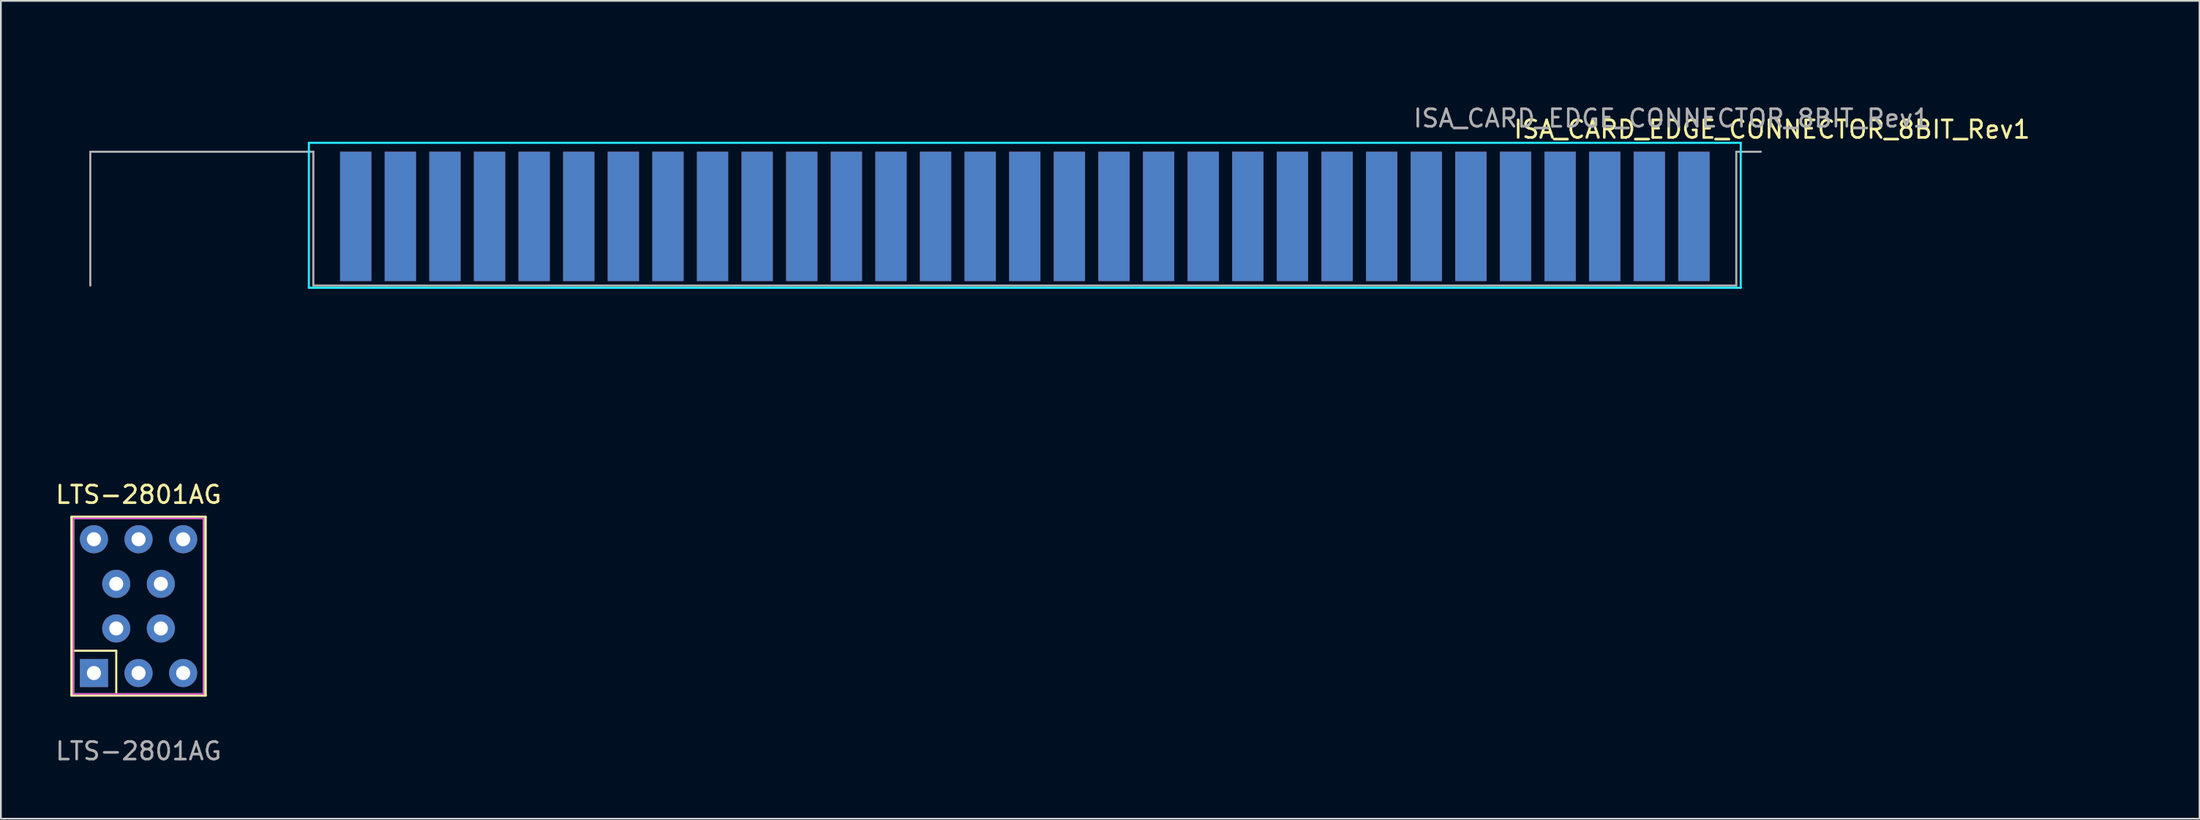
<source format=kicad_pcb>
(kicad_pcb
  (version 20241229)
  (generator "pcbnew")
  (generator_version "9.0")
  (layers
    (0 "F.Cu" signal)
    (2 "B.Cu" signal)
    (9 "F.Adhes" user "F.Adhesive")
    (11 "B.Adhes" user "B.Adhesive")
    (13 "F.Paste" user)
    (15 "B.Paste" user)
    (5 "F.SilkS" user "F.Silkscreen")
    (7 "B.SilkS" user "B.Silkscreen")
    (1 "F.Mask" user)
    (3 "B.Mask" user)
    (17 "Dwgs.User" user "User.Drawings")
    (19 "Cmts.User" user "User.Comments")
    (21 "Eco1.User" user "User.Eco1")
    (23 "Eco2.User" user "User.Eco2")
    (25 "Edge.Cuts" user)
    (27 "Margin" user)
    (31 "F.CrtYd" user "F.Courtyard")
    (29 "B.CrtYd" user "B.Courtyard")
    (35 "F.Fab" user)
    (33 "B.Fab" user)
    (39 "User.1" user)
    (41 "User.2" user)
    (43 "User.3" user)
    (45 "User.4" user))
  (footprint "LTS-2801AG"
    (layer "F.Cu")
    (at 2.299 35.281)
    (property "Reference" "LTS-2801AG" (at 2.54 -10.16 0) (layer "F.SilkS") (effects (font (size 1 1) (thickness 0.15))))
    (attr through_hole)
    (fp_line (start -1.27 -8.89) (end -1.27 1.27) (stroke (width 0.15) (type solid)) (layer "F.SilkS"))
    (fp_line (start -1.27 -1.27) (end 1.27 -1.27) (stroke (width 0.12) (type solid)) (layer "F.SilkS"))
    (fp_line (start -1.27 1.27) (end 6.35 1.27) (stroke (width 0.15) (type solid)) (layer "F.SilkS"))
    (fp_line (start 1.27 -1.27) (end 1.27 1.27) (stroke (width 0.12) (type solid)) (layer "F.SilkS"))
    (fp_line (start 6.35 -8.89) (end -1.27 -8.89) (stroke (width 0.15) (type solid)) (layer "F.SilkS"))
    (fp_line (start 6.35 1.27) (end 6.35 -8.89) (stroke (width 0.15) (type solid)) (layer "F.SilkS"))
    (fp_line (start 0 -0.635) (end 1.27 -6.985) (stroke (width 0.12) (type solid)) (layer "Eco2.User"))
    (fp_line (start 0.635 -3.81) (end 4.445 -3.81) (stroke (width 0.12) (type solid)) (layer "Eco2.User"))
    (fp_line (start 1.27 -6.985) (end 5.08 -6.985) (stroke (width 0.12) (type solid)) (layer "Eco2.User"))
    (fp_line (start 3.81 -0.635) (end 0 -0.635) (stroke (width 0.12) (type solid)) (layer "Eco2.User"))
    (fp_line (start 5.08 -6.985) (end 3.81 -0.635) (stroke (width 0.12) (type solid)) (layer "Eco2.User"))
    (fp_circle (center 5.08 -1.27) (end 5.588 -1.27) (stroke (width 0.12) (type solid)) (fill no) (layer "Eco2.User"))
    (fp_line (start -1.16 -8.81) (end 6.24 -8.81) (stroke (width 0.05) (type solid)) (layer "F.CrtYd"))
    (fp_line (start -1.16 1.19) (end -1.16 -8.81) (stroke (width 0.05) (type solid)) (layer "F.CrtYd"))
    (fp_line (start 6.24 -8.81) (end 6.24 1.19) (stroke (width 0.05) (type solid)) (layer "F.CrtYd"))
    (fp_line (start 6.24 1.19) (end -1.16 1.19) (stroke (width 0.05) (type solid)) (layer "F.CrtYd"))
    (fp_line (start -1.16 -8.81) (end 6.24 -8.81) (stroke (width 0.1) (type solid)) (layer "F.Fab"))
    (fp_line (start -1.16 1.19) (end -1.16 -8.81) (stroke (width 0.1) (type solid)) (layer "F.Fab"))
    (fp_line (start 6.24 -8.81) (end 6.24 1.19) (stroke (width 0.1) (type solid)) (layer "F.Fab"))
    (fp_line (start 6.24 1.19) (end -1.16 1.19) (stroke (width 0.1) (type solid)) (layer "F.Fab"))
    (fp_text user "${REFERENCE}" (at 2.54 4.445 180) (layer "F.Fab") (effects (font (size 1 1) (thickness 0.15))))
    (pad "1" thru_hole rect (at 0 0) (size 1.6 1.6) (drill 0.8) (layers "*.Cu" "*.Mask"))
    (pad "2" thru_hole circle (at 1.27 -2.54) (size 1.6 1.6) (drill 0.8) (layers "*.Cu" "*.Mask"))
    (pad "3" thru_hole circle (at 2.54 0) (size 1.6 1.6) (drill 0.8) (layers "*.Cu" "*.Mask"))
    (pad "4" thru_hole circle (at 3.81 -2.54) (size 1.6 1.6) (drill 0.8) (layers "*.Cu" "*.Mask"))
    (pad "5" thru_hole circle (at 5.08 0) (size 1.6 1.6) (drill 0.8) (layers "*.Cu" "*.Mask"))
    (pad "6" thru_hole circle (at 5.08 -7.62) (size 1.6 1.6) (drill 0.8) (layers "*.Cu" "*.Mask"))
    (pad "7" thru_hole circle (at 3.81 -5.08) (size 1.6 1.6) (drill 0.8) (layers "*.Cu" "*.Mask"))
    (pad "8" thru_hole circle (at 2.54 -7.62) (size 1.6 1.6) (drill 0.8) (layers "*.Cu" "*.Mask"))
    (pad "9" thru_hole circle (at 1.27 -5.08) (size 1.6 1.6) (drill 0.8) (layers "*.Cu" "*.Mask"))
    (pad "10" thru_hole circle (at 0 -7.62) (size 1.6 1.6) (drill 0.8) (layers "*.Cu" "*.Mask")))
  (footprint "ISA_CARD_EDGE_CONNECTOR_8BIT_Rev1"
    (layer "F.Cu")
    (at 93.405 13.212)
    (property "Reference" "ISA_CARD_EDGE_CONNECTOR_8BIT_Rev1" (at 4.445 -8.89 0) (layer "F.SilkS") (effects (font (size 1 1) (thickness 0.15))))
    (attr exclude_from_pos_files exclude_from_bom)
    (fp_line (start -78.613 0) (end -78.613 -7.62) (stroke (width 0.12) (type solid)) (layer "F.Mask"))
    (fp_poly (pts (xy -78.613 -7.62) (xy 2.413 -7.62) (xy 2.413 0) (xy -78.613 0)) (stroke (width 0.01) (type solid)) (fill yes) (layer "F.Mask"))
    (fp_poly (pts (xy -78.613 -7.62) (xy 2.413 -7.62) (xy 2.413 0) (xy -78.613 0)) (stroke (width 0.01) (type solid)) (fill yes) (layer "B.Mask"))
    (fp_line (start -91.313 -7.62) (end -91.313 -5.588) (stroke (width 0.12) (type solid)) (layer "Eco1.User"))
    (fp_line (start -91.313 -7.62) (end -89.281 -7.62) (stroke (width 0.12) (type solid)) (layer "Eco1.User"))
    (fp_line (start -91.313 0) (end -93.345 0) (stroke (width 0.12) (type solid)) (layer "Eco1.User"))
    (fp_line (start -91.313 0) (end -91.313 -2.032) (stroke (width 0.12) (type solid)) (layer "Eco1.User"))
    (fp_line (start -82.804 0) (end -80.772 0) (stroke (width 0.12) (type solid)) (layer "Eco1.User"))
    (fp_line (start -82.804 8.001) (end -80.772 8.001) (stroke (width 0.12) (type solid)) (layer "Eco1.User"))
    (fp_line (start -80.772 -5.715) (end -80.772 -7.62) (stroke (width 0.12) (type solid)) (layer "Eco1.User"))
    (fp_line (start -80.772 0) (end -80.772 -1.905) (stroke (width 0.12) (type solid)) (layer "Eco1.User"))
    (fp_line (start -80.772 8.001) (end -80.772 6.096) (stroke (width 0.12) (type solid)) (layer "Eco1.User"))
    (fp_line (start -78.613 -7.62) (end -80.772 -7.62) (stroke (width 0.12) (type solid)) (layer "Eco1.User"))
    (fp_line (start -78.613 -7.62) (end -78.613 -5.588) (stroke (width 0.12) (type solid)) (layer "Eco1.User"))
    (fp_line (start -78.613 0) (end -78.613 -2.032) (stroke (width 0.12) (type solid)) (layer "Eco1.User"))
    (fp_line (start -78.613 0) (end -76.581 0) (stroke (width 0.12) (type solid)) (layer "Eco1.User"))
    (fp_line (start 2.413 -7.62) (end 2.413 -5.588) (stroke (width 0.12) (type solid)) (layer "Eco1.User"))
    (fp_line (start 2.413 -7.62) (end 4.572 -7.62) (stroke (width 0.12) (type solid)) (layer "Eco1.User"))
    (fp_line (start 2.413 0) (end 0.381 0) (stroke (width 0.12) (type solid)) (layer "Eco1.User"))
    (fp_line (start 2.413 0) (end 2.413 -2.032) (stroke (width 0.12) (type solid)) (layer "Eco1.User"))
    (fp_line (start 4.572 -5.715) (end 4.572 -7.62) (stroke (width 0.12) (type solid)) (layer "Eco1.User"))
    (fp_line (start 4.572 0) (end 4.572 -1.905) (stroke (width 0.12) (type solid)) (layer "Eco1.User"))
    (fp_line (start 4.572 8.001) (end 4.572 6.096) (stroke (width 0.12) (type solid)) (layer "Eco1.User"))
    (fp_line (start 6.604 0) (end 4.572 0) (stroke (width 0.12) (type solid)) (layer "Eco1.User"))
    (fp_line (start 6.604 8.001) (end 4.572 8.001) (stroke (width 0.12) (type solid)) (layer "Eco1.User"))
    (fp_line (start 20.396 -13.152) (end 20.396 -11.882) (stroke (width 0.12) (type solid)) (layer "Eco1.User"))
    (fp_line (start 20.396 -11.882) (end 19.126 -11.882) (stroke (width 0.12) (type solid)) (layer "Eco1.User"))
    (fp_line (start 20.396 -11.882) (end 20.396 -10.612) (stroke (width 0.12) (type solid)) (layer "Eco1.User"))
    (fp_line (start 20.396 -11.882) (end 21.666 -11.882) (stroke (width 0.12) (type solid)) (layer "Eco1.User"))
    (fp_line (start 25.73 -7.62) (end 23.698 -7.62) (stroke (width 0.12) (type solid)) (layer "Eco1.User"))
    (fp_line (start 25.73 -7.62) (end 25.73 -9.652) (stroke (width 0.12) (type solid)) (layer "Eco1.User"))
    (fp_line (start 25.73 0) (end 23.698 0) (stroke (width 0.12) (type solid)) (layer "Eco1.User"))
    (fp_line (start 25.73 0) (end 25.73 -2.032) (stroke (width 0.12) (type solid)) (layer "Eco1.User"))
    (fp_line (start 25.73 8.001) (end 23.698 8.001) (stroke (width 0.12) (type solid)) (layer "Eco1.User"))
    (fp_line (start 25.73 8.001) (end 25.73 5.969) (stroke (width 0.12) (type solid)) (layer "Eco1.User"))
    (fp_line (start -78.613 0.635) (end -78.613 1.651) (stroke (width 0.12) (type solid)) (layer "Eco2.User"))
    (fp_line (start -78.486 1.143) (end -78.105 0.889) (stroke (width 0.12) (type solid)) (layer "Eco2.User"))
    (fp_line (start -78.486 1.143) (end -78.105 1.397) (stroke (width 0.12) (type solid)) (layer "Eco2.User"))
    (fp_line (start -78.486 1.143) (end -77.216 1.143) (stroke (width 0.12) (type solid)) (layer "Eco2.User"))
    (fp_line (start -78.105 1.397) (end -78.486 1.143) (stroke (width 0.12) (type solid)) (layer "Eco2.User"))
    (fp_line (start 0 0.635) (end 0 1.651) (stroke (width 0.12) (type solid)) (layer "Eco2.User"))
    (fp_line (start 1.905 0.889) (end 2.286 1.143) (stroke (width 0.12) (type solid)) (layer "Eco2.User"))
    (fp_line (start 2.286 1.143) (end 1.016 1.143) (stroke (width 0.12) (type solid)) (layer "Eco2.User"))
    (fp_line (start 2.286 1.143) (end 1.905 0.889) (stroke (width 0.12) (type solid)) (layer "Eco2.User"))
    (fp_line (start 2.286 1.143) (end 1.905 1.397) (stroke (width 0.12) (type solid)) (layer "Eco2.User"))
    (fp_line (start 2.413 0.635) (end 2.413 1.651) (stroke (width 0.12) (type solid)) (layer "Eco2.User"))
    (fp_line (start -78.867 -8.128) (end -78.867 0.127) (stroke (width 0.12) (type solid)) (layer "B.CrtYd"))
    (fp_line (start -78.867 0.127) (end 2.667 0.127) (stroke (width 0.12) (type solid)) (layer "B.CrtYd"))
    (fp_line (start 2.667 -8.128) (end -78.867 -8.128) (stroke (width 0.12) (type solid)) (layer "B.CrtYd"))
    (fp_line (start 2.667 0.127) (end 2.667 -8.128) (stroke (width 0.12) (type solid)) (layer "B.CrtYd"))
    (fp_line (start -78.867 -8.128) (end -78.867 0.127) (stroke (width 0.05) (type solid)) (layer "F.CrtYd"))
    (fp_line (start -78.867 -8.128) (end 2.667 -8.128) (stroke (width 0.05) (type solid)) (layer "F.CrtYd"))
    (fp_line (start 2.667 0.127) (end -78.867 0.127) (stroke (width 0.05) (type solid)) (layer "F.CrtYd"))
    (fp_line (start 2.667 0.127) (end 2.667 -8.128) (stroke (width 0.05) (type solid)) (layer "F.CrtYd"))
    (fp_line (start -91.313 -7.62) (end -91.313 0) (stroke (width 0.12) (type solid)) (layer "F.Fab"))
    (fp_line (start -78.613 -7.62) (end -91.313 -7.62) (stroke (width 0.12) (type solid)) (layer "F.Fab"))
    (fp_line (start -78.613 0) (end -78.613 -7.62) (stroke (width 0.12) (type solid)) (layer "F.Fab"))
    (fp_line (start 2.413 -7.62) (end 2.413 0) (stroke (width 0.12) (type solid)) (layer "F.Fab"))
    (fp_line (start 2.413 0) (end -78.613 0) (stroke (width 0.12) (type solid)) (layer "F.Fab"))
    (fp_line (start 3.81 -7.62) (end 2.413 -7.62) (stroke (width 0.12) (type solid)) (layer "F.Fab"))
    (fp_text user "0" (at 0 2.921 0) (layer "Eco2.User") (effects (font (size 1 1) (thickness 0.15))))
    (fp_text user "2.413" (at 1.905 2.921 0) (layer "Eco2.User") (effects (font (size 1 1) (thickness 0.15)) (justify left)))
    (fp_text user "(Grid: 5mils)" (at -3.429 4.826 0) (layer "Eco2.User") (effects (font (size 1 1) (thickness 0.15)) (justify left)))
    (fp_text user "78.613" (at -79.121 2.921 0) (layer "Eco2.User") (effects (font (size 1 1) (thickness 0.15)) (justify left)))
    (fp_text user "${REFERENCE}" (at -1.27 -9.525 0) (layer "F.Fab") (effects (font (size 1 1) (thickness 0.15))))
    (pad "A01" connect rect (at 0 -3.81) (size 1.78 7.366) (drill (offset 0 -0.127)) (layers "F.Cu" "F.Mask"))
    (pad "A02" connect rect (at -2.54 -3.81) (size 1.78 7.366) (drill (offset 0 -0.127)) (layers "F.Cu" "F.Mask"))
    (pad "A03" connect rect (at -5.08 -3.81) (size 1.78 7.366) (drill (offset 0 -0.127)) (layers "F.Cu" "F.Mask"))
    (pad "A04" connect rect (at -7.62 -3.81) (size 1.78 7.366) (drill (offset 0 -0.127)) (layers "F.Cu" "F.Mask"))
    (pad "A05" connect rect (at -10.16 -3.81) (size 1.78 7.366) (drill (offset 0 -0.127)) (layers "F.Cu" "F.Mask"))
    (pad "A06" connect rect (at -12.7 -3.81) (size 1.78 7.366) (drill (offset 0 -0.127)) (layers "F.Cu" "F.Mask"))
    (pad "A07" connect rect (at -15.24 -3.81) (size 1.78 7.366) (drill (offset 0 -0.127)) (layers "F.Cu" "F.Mask"))
    (pad "A08" connect rect (at -17.78 -3.81) (size 1.78 7.366) (drill (offset 0 -0.127)) (layers "F.Cu" "F.Mask"))
    (pad "A09" connect rect (at -20.32 -3.81) (size 1.78 7.366) (drill (offset 0 -0.127)) (layers "F.Cu" "F.Mask"))
    (pad "A10" connect rect (at -22.86 -3.81) (size 1.78 7.366) (drill (offset 0 -0.127)) (layers "F.Cu" "F.Mask"))
    (pad "A11" connect rect (at -25.4 -3.81) (size 1.78 7.366) (drill (offset 0 -0.127)) (layers "F.Cu" "F.Mask"))
    (pad "A12" connect rect (at -27.94 -3.81) (size 1.78 7.366) (drill (offset 0 -0.127)) (layers "F.Cu" "F.Mask"))
    (pad "A13" connect rect (at -30.48 -3.81) (size 1.78 7.366) (drill (offset 0 -0.127)) (layers "F.Cu" "F.Mask"))
    (pad "A14" connect rect (at -33.02 -3.81) (size 1.78 7.366) (drill (offset 0 -0.127)) (layers "F.Cu" "F.Mask"))
    (pad "A15" connect rect (at -35.56 -3.81) (size 1.78 7.366) (drill (offset 0 -0.127)) (layers "F.Cu" "F.Mask"))
    (pad "A16" connect rect (at -38.1 -3.81) (size 1.78 7.366) (drill (offset 0 -0.127)) (layers "F.Cu" "F.Mask"))
    (pad "A17" connect rect (at -40.64 -3.81) (size 1.78 7.366) (drill (offset 0 -0.127)) (layers "F.Cu" "F.Mask"))
    (pad "A18" connect rect (at -43.18 -3.81) (size 1.78 7.366) (drill (offset 0 -0.127)) (layers "F.Cu" "F.Mask"))
    (pad "A19" connect rect (at -45.72 -3.81) (size 1.78 7.366) (drill (offset 0 -0.127)) (layers "F.Cu" "F.Mask"))
    (pad "A20" connect rect (at -48.26 -3.81) (size 1.78 7.366) (drill (offset 0 -0.127)) (layers "F.Cu" "F.Mask"))
    (pad "A21" connect rect (at -50.8 -3.81) (size 1.78 7.366) (drill (offset 0 -0.127)) (layers "F.Cu" "F.Mask"))
    (pad "A22" connect rect (at -53.34 -3.81) (size 1.78 7.366) (drill (offset 0 -0.127)) (layers "F.Cu" "F.Mask"))
    (pad "A23" connect rect (at -55.88 -3.81) (size 1.78 7.366) (drill (offset 0 -0.127)) (layers "F.Cu" "F.Mask"))
    (pad "A24" connect rect (at -58.42 -3.81) (size 1.78 7.366) (drill (offset 0 -0.127)) (layers "F.Cu" "F.Mask"))
    (pad "A25" connect rect (at -60.96 -3.81) (size 1.78 7.366) (drill (offset 0 -0.127)) (layers "F.Cu" "F.Mask"))
    (pad "A26" connect rect (at -63.5 -3.81) (size 1.78 7.366) (drill (offset 0 -0.127)) (layers "F.Cu" "F.Mask"))
    (pad "A27" connect rect (at -66.04 -3.81) (size 1.78 7.366) (drill (offset 0 -0.127)) (layers "F.Cu" "F.Mask"))
    (pad "A28" connect rect (at -68.58 -3.81) (size 1.78 7.366) (drill (offset 0 -0.127)) (layers "F.Cu" "F.Mask"))
    (pad "A29" connect rect (at -71.12 -3.81) (size 1.78 7.366) (drill (offset 0 -0.127)) (layers "F.Cu" "F.Mask"))
    (pad "A30" connect rect (at -73.66 -3.81) (size 1.78 7.366) (drill (offset 0 -0.127)) (layers "F.Cu" "F.Mask"))
    (pad "A31" connect rect (at -76.2 -3.81) (size 1.78 7.366) (drill (offset 0 -0.127)) (layers "F.Cu" "F.Mask"))
    (pad "B01" connect rect (at 0 -3.81) (size 1.78 7.366) (drill (offset 0 -0.127)) (layers "B.Cu" "B.Mask"))
    (pad "B02" connect rect (at -2.54 -3.81) (size 1.78 7.366) (drill (offset 0 -0.127)) (layers "B.Cu" "B.Mask"))
    (pad "B03" connect rect (at -5.08 -3.81) (size 1.78 7.366) (drill (offset 0 -0.127)) (layers "B.Cu" "B.Mask"))
    (pad "B04" connect rect (at -7.62 -3.81) (size 1.78 7.366) (drill (offset 0 -0.127)) (layers "B.Cu" "B.Mask"))
    (pad "B05" connect rect (at -10.16 -3.81) (size 1.78 7.366) (drill (offset 0 -0.127)) (layers "B.Cu" "B.Mask"))
    (pad "B06" connect rect (at -12.7 -3.81) (size 1.78 7.366) (drill (offset 0 -0.127)) (layers "B.Cu" "B.Mask"))
    (pad "B07" connect rect (at -15.24 -3.81) (size 1.78 7.366) (drill (offset 0 -0.127)) (layers "B.Cu" "B.Mask"))
    (pad "B08" connect rect (at -17.78 -3.81) (size 1.78 7.366) (drill (offset 0 -0.127)) (layers "B.Cu" "B.Mask"))
    (pad "B09" connect rect (at -20.32 -3.81) (size 1.78 7.366) (drill (offset 0 -0.127)) (layers "B.Cu" "B.Mask"))
    (pad "B10" connect rect (at -22.86 -3.81) (size 1.78 7.366) (drill (offset 0 -0.127)) (layers "B.Cu" "B.Mask"))
    (pad "B11" connect rect (at -25.4 -3.81) (size 1.78 7.366) (drill (offset 0 -0.127)) (layers "B.Cu" "B.Mask"))
    (pad "B12" connect rect (at -27.94 -3.81) (size 1.78 7.366) (drill (offset 0 -0.127)) (layers "B.Cu" "B.Mask"))
    (pad "B13" connect rect (at -30.48 -3.81) (size 1.78 7.366) (drill (offset 0 -0.127)) (layers "B.Cu" "B.Mask"))
    (pad "B14" connect rect (at -33.02 -3.81) (size 1.78 7.366) (drill (offset 0 -0.127)) (layers "B.Cu" "B.Mask"))
    (pad "B15" connect rect (at -35.56 -3.81) (size 1.78 7.366) (drill (offset 0 -0.127)) (layers "B.Cu" "B.Mask"))
    (pad "B16" connect rect (at -38.1 -3.81) (size 1.78 7.366) (drill (offset 0 -0.127)) (layers "B.Cu" "B.Mask"))
    (pad "B17" connect rect (at -40.64 -3.81) (size 1.78 7.366) (drill (offset 0 -0.127)) (layers "B.Cu" "B.Mask"))
    (pad "B18" connect rect (at -43.18 -3.81) (size 1.78 7.366) (drill (offset 0 -0.127)) (layers "B.Cu" "B.Mask"))
    (pad "B19" connect rect (at -45.72 -3.81) (size 1.78 7.366) (drill (offset 0 -0.127)) (layers "B.Cu" "B.Mask"))
    (pad "B20" connect rect (at -48.26 -3.81) (size 1.78 7.366) (drill (offset 0 -0.127)) (layers "B.Cu" "B.Mask"))
    (pad "B21" connect rect (at -50.8 -3.81) (size 1.78 7.366) (drill (offset 0 -0.127)) (layers "B.Cu" "B.Mask"))
    (pad "B22" connect rect (at -53.34 -3.81) (size 1.78 7.366) (drill (offset 0 -0.127)) (layers "B.Cu" "B.Mask"))
    (pad "B23" connect rect (at -55.88 -3.81) (size 1.78 7.366) (drill (offset 0 -0.127)) (layers "B.Cu" "B.Mask"))
    (pad "B24" connect rect (at -58.42 -3.81) (size 1.78 7.366) (drill (offset 0 -0.127)) (layers "B.Cu" "B.Mask"))
    (pad "B25" connect rect (at -60.96 -3.81) (size 1.78 7.366) (drill (offset 0 -0.127)) (layers "B.Cu" "B.Mask"))
    (pad "B26" connect rect (at -63.5 -3.81) (size 1.78 7.366) (drill (offset 0 -0.127)) (layers "B.Cu" "B.Mask"))
    (pad "B27" connect rect (at -66.04 -3.81) (size 1.78 7.366) (drill (offset 0 -0.127)) (layers "B.Cu" "B.Mask"))
    (pad "B28" connect rect (at -68.58 -3.81) (size 1.78 7.366) (drill (offset 0 -0.127)) (layers "B.Cu" "B.Mask"))
    (pad "B29" connect rect (at -71.12 -3.81) (size 1.78 7.366) (drill (offset 0 -0.127)) (layers "B.Cu" "B.Mask"))
    (pad "B30" connect rect (at -73.66 -3.81) (size 1.78 7.366) (drill (offset 0 -0.127)) (layers "B.Cu" "B.Mask"))
    (pad "B31" smd rect (at -76.2 -3.81) (size 1.78 7.366) (drill (offset 0 -0.127)) (layers "B.Cu" "B.Mask")))
  (gr_rect
    (start -3 -3)
    (end 122.195 43.575)
    (stroke (width 0.1) (type default))
    (fill no)
    (layer "Edge.Cuts")))
</source>
